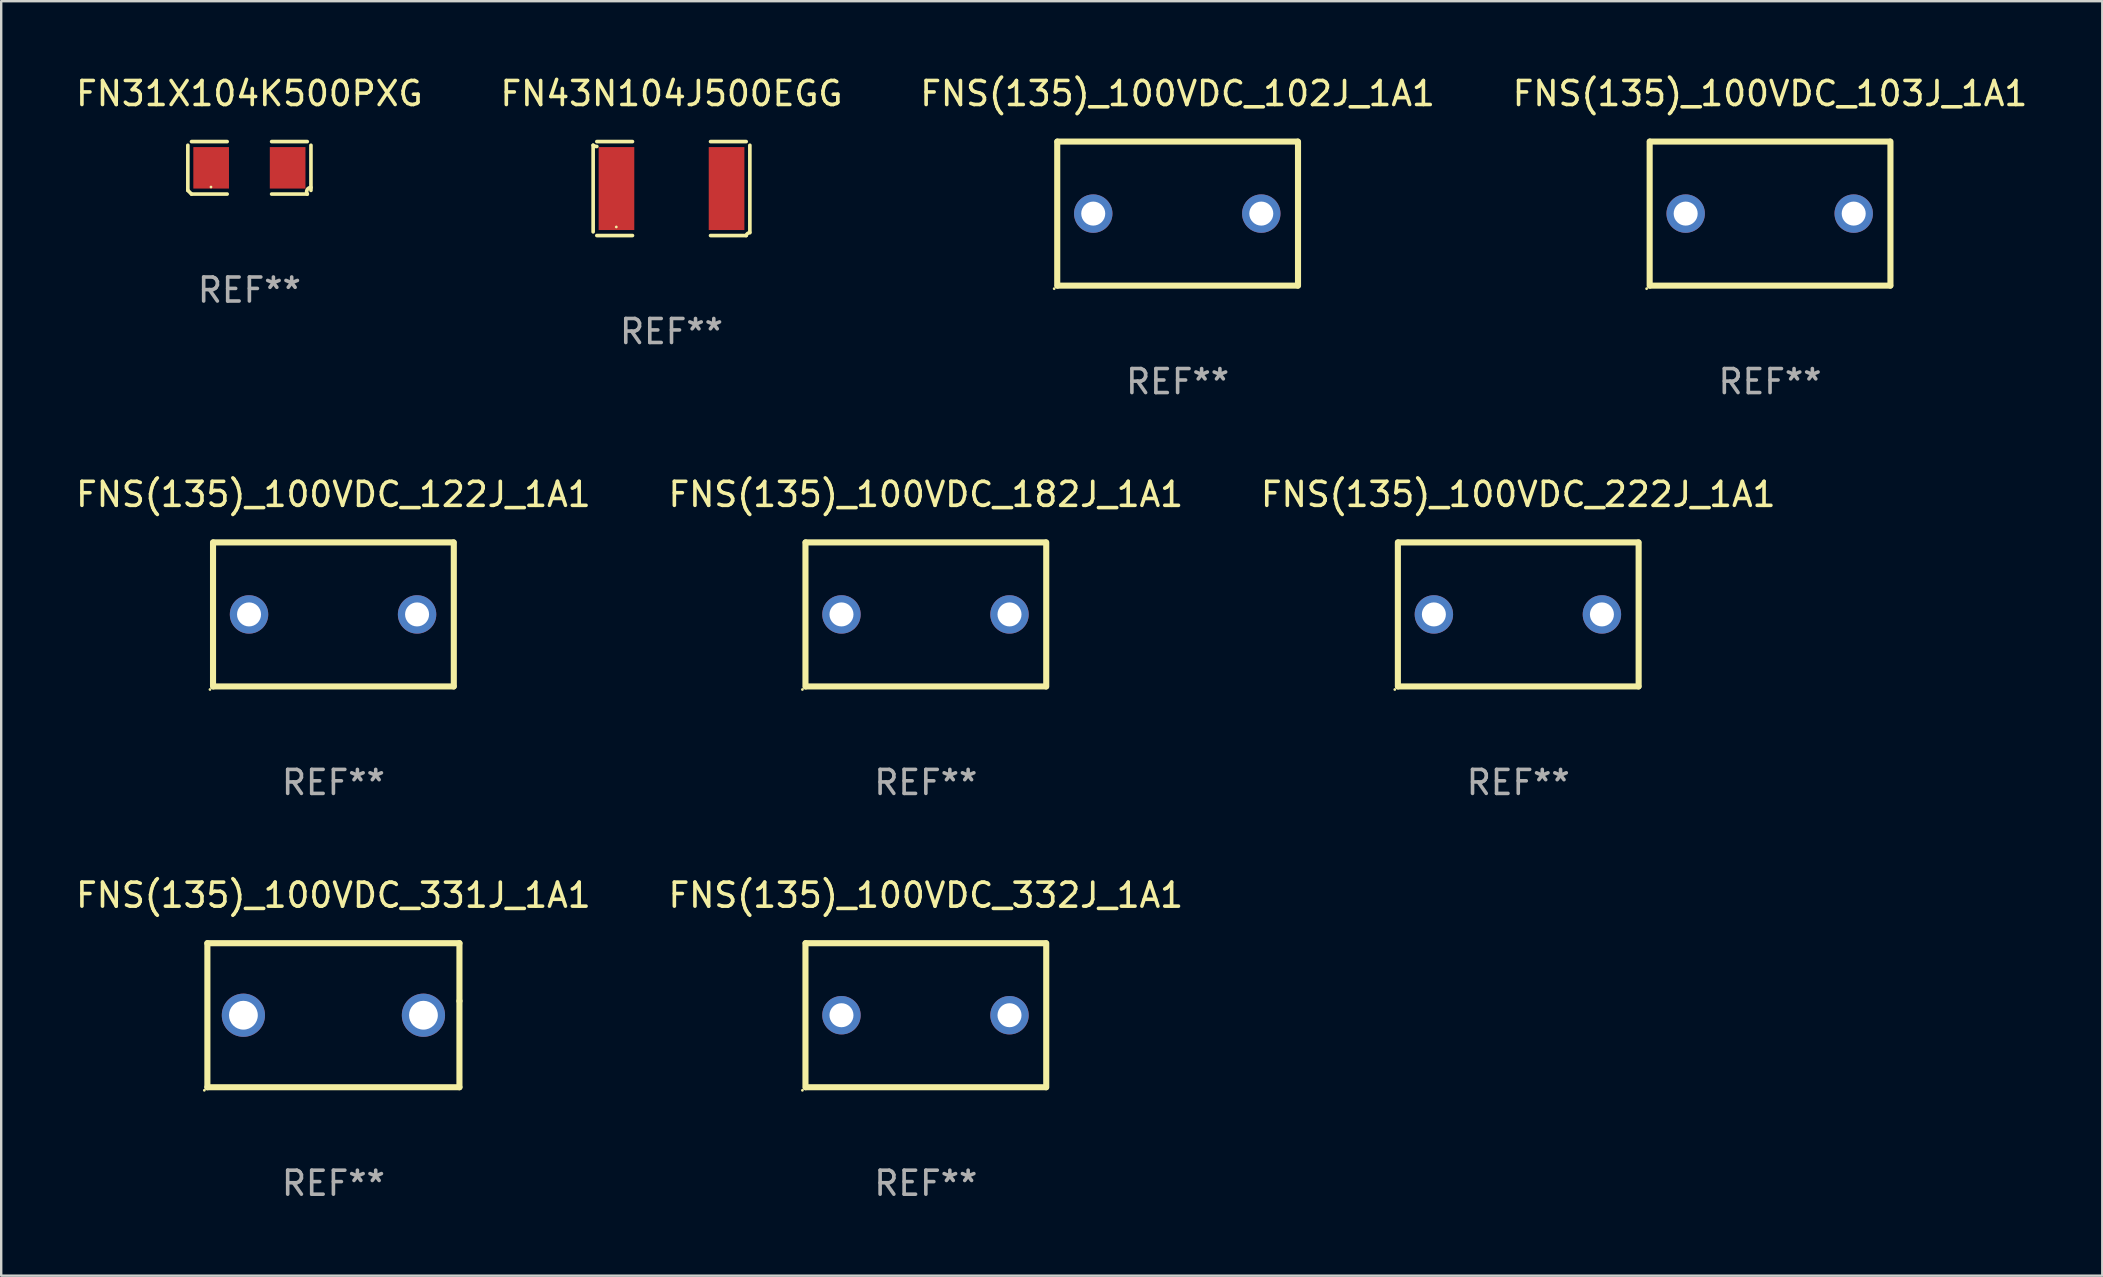
<source format=kicad_pcb>
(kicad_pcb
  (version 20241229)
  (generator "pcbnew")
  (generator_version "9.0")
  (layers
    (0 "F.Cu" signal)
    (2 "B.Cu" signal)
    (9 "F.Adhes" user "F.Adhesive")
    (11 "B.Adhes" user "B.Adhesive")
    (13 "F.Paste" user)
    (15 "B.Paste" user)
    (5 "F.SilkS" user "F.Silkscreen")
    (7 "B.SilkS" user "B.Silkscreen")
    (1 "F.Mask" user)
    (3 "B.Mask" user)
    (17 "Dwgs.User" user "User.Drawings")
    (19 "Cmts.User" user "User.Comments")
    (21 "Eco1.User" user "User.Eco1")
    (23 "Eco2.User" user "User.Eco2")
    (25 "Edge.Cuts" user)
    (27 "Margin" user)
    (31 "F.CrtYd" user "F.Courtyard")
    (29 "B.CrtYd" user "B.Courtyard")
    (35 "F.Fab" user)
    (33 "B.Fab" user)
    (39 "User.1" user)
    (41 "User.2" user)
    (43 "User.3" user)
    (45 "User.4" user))
  (footprint "FNS(135)_100VDC_102J_1A1"
    (layer "F.Cu")
    (at 46.006 5.848)
    (property "Reference" "FNS(135)_100VDC_102J_1A1" (at 0 -5 0) (layer "F.SilkS") (effects (font (size 1 1) (thickness 0.15))))
    (attr through_hole)
    (fp_line (start -5.015 3) (end -5.015 -3) (stroke (width 0.254) (type solid)) (layer "F.SilkS"))
    (fp_line (start -5.005 -3) (end 4.995 -3) (stroke (width 0.254) (type solid)) (layer "F.SilkS"))
    (fp_line (start 5.005 3) (end -4.995 3) (stroke (width 0.254) (type solid)) (layer "F.SilkS"))
    (fp_line (start 5.015 -3) (end 5.015 3) (stroke (width 0.254) (type solid)) (layer "F.SilkS"))
    (fp_circle (center -5.142 3.127) (end -5.112 3.127) (stroke (width 0.06) (type solid)) (fill no) (layer "F.SilkS"))
    (fp_text user "REF**" (at 0 7 0) (layer "F.Fab") (effects (font (size 1 1) (thickness 0.15))))
    (pad "1" thru_hole circle (at -3.515 0) (size 1.6 1.6) (drill 1) (layers "*.Cu" "*.Mask"))
    (pad "2" thru_hole circle (at 3.485 0) (size 1.6 1.6) (drill 1) (layers "*.Cu" "*.Mask")))
  (footprint "FNS(135)_100VDC_182J_1A1"
    (layer "F.Cu")
    (at 35.518 22.545)
    (property "Reference" "FNS(135)_100VDC_182J_1A1" (at 0 -5 0) (layer "F.SilkS") (effects (font (size 1 1) (thickness 0.15))))
    (attr through_hole)
    (fp_line (start -5.015 3) (end -5.015 -3) (stroke (width 0.254) (type solid)) (layer "F.SilkS"))
    (fp_line (start -5.005 -3) (end 4.995 -3) (stroke (width 0.254) (type solid)) (layer "F.SilkS"))
    (fp_line (start 5.005 3) (end -4.995 3) (stroke (width 0.254) (type solid)) (layer "F.SilkS"))
    (fp_line (start 5.015 -3) (end 5.015 3) (stroke (width 0.254) (type solid)) (layer "F.SilkS"))
    (fp_circle (center -5.142 3.127) (end -5.112 3.127) (stroke (width 0.06) (type solid)) (fill no) (layer "F.SilkS"))
    (fp_text user "REF**" (at 0 7 0) (layer "F.Fab") (effects (font (size 1 1) (thickness 0.15))))
    (pad "1" thru_hole circle (at -3.515 0) (size 1.6 1.6) (drill 1) (layers "*.Cu" "*.Mask"))
    (pad "2" thru_hole circle (at 3.485 0) (size 1.6 1.6) (drill 1) (layers "*.Cu" "*.Mask")))
  (footprint "FNS(135)_100VDC_222J_1A1"
    (layer "F.Cu")
    (at 60.196 22.545)
    (property "Reference" "FNS(135)_100VDC_222J_1A1" (at 0 -5 0) (layer "F.SilkS") (effects (font (size 1 1) (thickness 0.15))))
    (attr through_hole)
    (fp_line (start -5.015 3) (end -5.015 -3) (stroke (width 0.254) (type solid)) (layer "F.SilkS"))
    (fp_line (start -5.005 -3) (end 4.995 -3) (stroke (width 0.254) (type solid)) (layer "F.SilkS"))
    (fp_line (start 5.005 3) (end -4.995 3) (stroke (width 0.254) (type solid)) (layer "F.SilkS"))
    (fp_line (start 5.015 -3) (end 5.015 3) (stroke (width 0.254) (type solid)) (layer "F.SilkS"))
    (fp_circle (center -5.142 3.127) (end -5.112 3.127) (stroke (width 0.06) (type solid)) (fill no) (layer "F.SilkS"))
    (fp_text user "REF**" (at 0 7 0) (layer "F.Fab") (effects (font (size 1 1) (thickness 0.15))))
    (pad "1" thru_hole circle (at -3.515 0) (size 1.6 1.6) (drill 1) (layers "*.Cu" "*.Mask"))
    (pad "2" thru_hole circle (at 3.485 0) (size 1.6 1.6) (drill 1) (layers "*.Cu" "*.Mask")))
  (footprint "FN43N104J500EGG"
    (layer "F.Cu")
    (at 24.923 4.805)
    (property "Reference" "FN43N104J500EGG" (at 0 -3.957 0) (layer "F.SilkS") (effects (font (size 1 1) (thickness 0.15))))
    (attr through_hole)
    (fp_line (start -3.264 1.804) (end -3.264 -1.804) (stroke (width 0.152) (type solid)) (layer "F.SilkS"))
    (fp_line (start -3.111 -1.957) (end -1.626 -1.957) (stroke (width 0.152) (type solid)) (layer "F.SilkS"))
    (fp_line (start -1.626 1.957) (end -3.111 1.957) (stroke (width 0.152) (type solid)) (layer "F.SilkS"))
    (fp_line (start 1.626 1.957) (end 3.111 1.957) (stroke (width 0.152) (type solid)) (layer "F.SilkS"))
    (fp_line (start 3.111 -1.957) (end 1.626 -1.957) (stroke (width 0.152) (type solid)) (layer "F.SilkS"))
    (fp_line (start 3.264 1.804) (end 3.264 -1.804) (stroke (width 0.152) (type solid)) (layer "F.SilkS"))
    (fp_arc (start -3.111202 -1.752192) (mid -3.191715 -1.76555) (end -3.263602 -1.804191) (stroke (width 0.1524) (type solid)) (layer "F.SilkS"))
    (fp_arc (start 3.111201 1.956591) (mid 3.167789 1.872777) (end 3.263602 1.840424) (stroke (width 0.1524) (type solid)) (layer "F.SilkS"))
    (fp_circle (center -2.3 1.6) (end -2.27 1.6) (stroke (width 0.06) (type solid)) (fill no) (layer "F.SilkS"))
    (fp_text user "REF**" (at 0 5.957 0) (layer "F.Fab") (effects (font (size 1 1) (thickness 0.15))))
    (pad "1" smd rect (at -2.293 0) (size 1.485 3.456) (layers "F.Cu" "F.Mask" "F.Paste"))
    (pad "2" smd rect (at 2.293 0) (size 1.485 3.456) (layers "F.Cu" "F.Mask" "F.Paste")))
  (footprint "FNS(135)_100VDC_103J_1A1"
    (layer "F.Cu")
    (at 70.685 5.848)
    (property "Reference" "FNS(135)_100VDC_103J_1A1" (at 0 -5 0) (layer "F.SilkS") (effects (font (size 1 1) (thickness 0.15))))
    (attr through_hole)
    (fp_line (start -5.015 3) (end -5.015 -3) (stroke (width 0.254) (type solid)) (layer "F.SilkS"))
    (fp_line (start -5.005 -3) (end 4.995 -3) (stroke (width 0.254) (type solid)) (layer "F.SilkS"))
    (fp_line (start 5.005 3) (end -4.995 3) (stroke (width 0.254) (type solid)) (layer "F.SilkS"))
    (fp_line (start 5.015 -3) (end 5.015 3) (stroke (width 0.254) (type solid)) (layer "F.SilkS"))
    (fp_circle (center -5.142 3.127) (end -5.112 3.127) (stroke (width 0.06) (type solid)) (fill no) (layer "F.SilkS"))
    (fp_text user "REF**" (at 0 7 0) (layer "F.Fab") (effects (font (size 1 1) (thickness 0.15))))
    (pad "1" thru_hole circle (at -3.515 0) (size 1.6 1.6) (drill 1) (layers "*.Cu" "*.Mask"))
    (pad "2" thru_hole circle (at 3.485 0) (size 1.6 1.6) (drill 1) (layers "*.Cu" "*.Mask")))
  (footprint "FNS(135)_100VDC_122J_1A1"
    (layer "F.Cu")
    (at 10.839 22.545)
    (property "Reference" "FNS(135)_100VDC_122J_1A1" (at 0 -5 0) (layer "F.SilkS") (effects (font (size 1 1) (thickness 0.15))))
    (attr through_hole)
    (fp_line (start -5.015 3) (end -5.015 -3) (stroke (width 0.254) (type solid)) (layer "F.SilkS"))
    (fp_line (start -5.005 -3) (end 4.995 -3) (stroke (width 0.254) (type solid)) (layer "F.SilkS"))
    (fp_line (start 5.005 3) (end -4.995 3) (stroke (width 0.254) (type solid)) (layer "F.SilkS"))
    (fp_line (start 5.015 -3) (end 5.015 3) (stroke (width 0.254) (type solid)) (layer "F.SilkS"))
    (fp_circle (center -5.142 3.127) (end -5.112 3.127) (stroke (width 0.06) (type solid)) (fill no) (layer "F.SilkS"))
    (fp_text user "REF**" (at 0 7 0) (layer "F.Fab") (effects (font (size 1 1) (thickness 0.15))))
    (pad "1" thru_hole circle (at -3.515 0) (size 1.6 1.6) (drill 1) (layers "*.Cu" "*.Mask"))
    (pad "2" thru_hole circle (at 3.485 0) (size 1.6 1.6) (drill 1) (layers "*.Cu" "*.Mask")))
  (footprint "FNS(135)_100VDC_332J_1A1"
    (layer "F.Cu")
    (at 35.518 39.241)
    (property "Reference" "FNS(135)_100VDC_332J_1A1" (at 0 -5 0) (layer "F.SilkS") (effects (font (size 1 1) (thickness 0.15))))
    (attr through_hole)
    (fp_line (start -5.015 3) (end -5.015 -3) (stroke (width 0.254) (type solid)) (layer "F.SilkS"))
    (fp_line (start -5.005 -3) (end 4.995 -3) (stroke (width 0.254) (type solid)) (layer "F.SilkS"))
    (fp_line (start 5.005 3) (end -4.995 3) (stroke (width 0.254) (type solid)) (layer "F.SilkS"))
    (fp_line (start 5.015 -3) (end 5.015 3) (stroke (width 0.254) (type solid)) (layer "F.SilkS"))
    (fp_circle (center -5.142 3.127) (end -5.112 3.127) (stroke (width 0.06) (type solid)) (fill no) (layer "F.SilkS"))
    (fp_text user "REF**" (at 0 7 0) (layer "F.Fab") (effects (font (size 1 1) (thickness 0.15))))
    (pad "1" thru_hole circle (at -3.515 0) (size 1.6 1.6) (drill 1) (layers "*.Cu" "*.Mask"))
    (pad "2" thru_hole circle (at 3.485 0) (size 1.6 1.6) (drill 1) (layers "*.Cu" "*.Mask")))
  (footprint "FN31X104K500PXG"
    (layer "F.Cu")
    (at 7.339 3.941)
    (property "Reference" "FN31X104K500PXG" (at 0 -3.093 0) (layer "F.SilkS") (effects (font (size 1 1) (thickness 0.15))))
    (attr through_hole)
    (fp_line (start -2.564 0.94) (end -2.564 -0.94) (stroke (width 0.152) (type solid)) (layer "F.SilkS"))
    (fp_line (start -2.411 -1.093) (end -0.926 -1.093) (stroke (width 0.152) (type solid)) (layer "F.SilkS"))
    (fp_line (start -0.926 1.093) (end -2.411 1.093) (stroke (width 0.152) (type solid)) (layer "F.SilkS"))
    (fp_line (start 0.926 1.093) (end 2.411 1.093) (stroke (width 0.152) (type solid)) (layer "F.SilkS"))
    (fp_line (start 2.411 -1.093) (end 0.926 -1.093) (stroke (width 0.152) (type solid)) (layer "F.SilkS"))
    (fp_line (start 2.564 0.94) (end 2.564 -0.94) (stroke (width 0.152) (type solid)) (layer "F.SilkS"))
    (fp_arc (start -2.411201 1.092609) (mid -2.487413 1.01642) (end -2.563602 0.940208) (stroke (width 0.1524) (type solid)) (layer "F.SilkS"))
    (fp_arc (start 2.411201 1.092609) (mid 2.407159 0.911226) (end 2.563602 0.819347) (stroke (width 0.1524) (type solid)) (layer "F.SilkS"))
    (fp_circle (center -1.6 0.8) (end -1.57 0.8) (stroke (width 0.06) (type solid)) (fill no) (layer "F.SilkS"))
    (fp_text user "REF**" (at 0 5.093 0) (layer "F.Fab") (effects (font (size 1 1) (thickness 0.15))))
    (pad "1" smd rect (at -1.593 0) (size 1.485 1.728) (layers "F.Cu" "F.Mask" "F.Paste"))
    (pad "2" smd rect (at 1.593 0) (size 1.485 1.728) (layers "F.Cu" "F.Mask" "F.Paste")))
  (footprint "FNS(135)_100VDC_331J_1A1"
    (layer "F.Cu")
    (at 10.839 39.241)
    (property "Reference" "FNS(135)_100VDC_331J_1A1" (at 0 -5 0) (layer "F.SilkS") (effects (font (size 1 1) (thickness 0.15))))
    (attr through_hole)
    (fp_line (start -5.25 -3) (end 5.25 -3) (stroke (width 0.254) (type solid)) (layer "F.SilkS"))
    (fp_line (start -5.25 3) (end -5.25 -3) (stroke (width 0.254) (type solid)) (layer "F.SilkS"))
    (fp_line (start 5.25 -0.591) (end 5.25 -3) (stroke (width 0.254) (type solid)) (layer "F.SilkS"))
    (fp_line (start 5.25 3) (end 5.25 -0.591) (stroke (width 0.254) (type solid)) (layer "F.SilkS"))
    (fp_line (start 5.25 3) (end -5.25 3) (stroke (width 0.254) (type solid)) (layer "F.SilkS"))
    (fp_circle (center -5.377 3.127) (end -5.347 3.127) (stroke (width 0.06) (type solid)) (fill no) (layer "F.SilkS"))
    (fp_text user "REF**" (at 0 7 0) (layer "F.Fab") (effects (font (size 1 1) (thickness 0.15))))
    (pad "1" thru_hole circle (at -3.75 0) (size 1.8 1.8) (drill 1.2) (layers "*.Cu" "*.Mask"))
    (pad "2" thru_hole circle (at 3.75 0) (size 1.8 1.8) (drill 1.2) (layers "*.Cu" "*.Mask")))
  (gr_rect
    (start -3 -3)
    (end 84.524 50.09)
    (stroke (width 0.1) (type default))
    (fill no)
    (layer "Edge.Cuts")))
</source>
